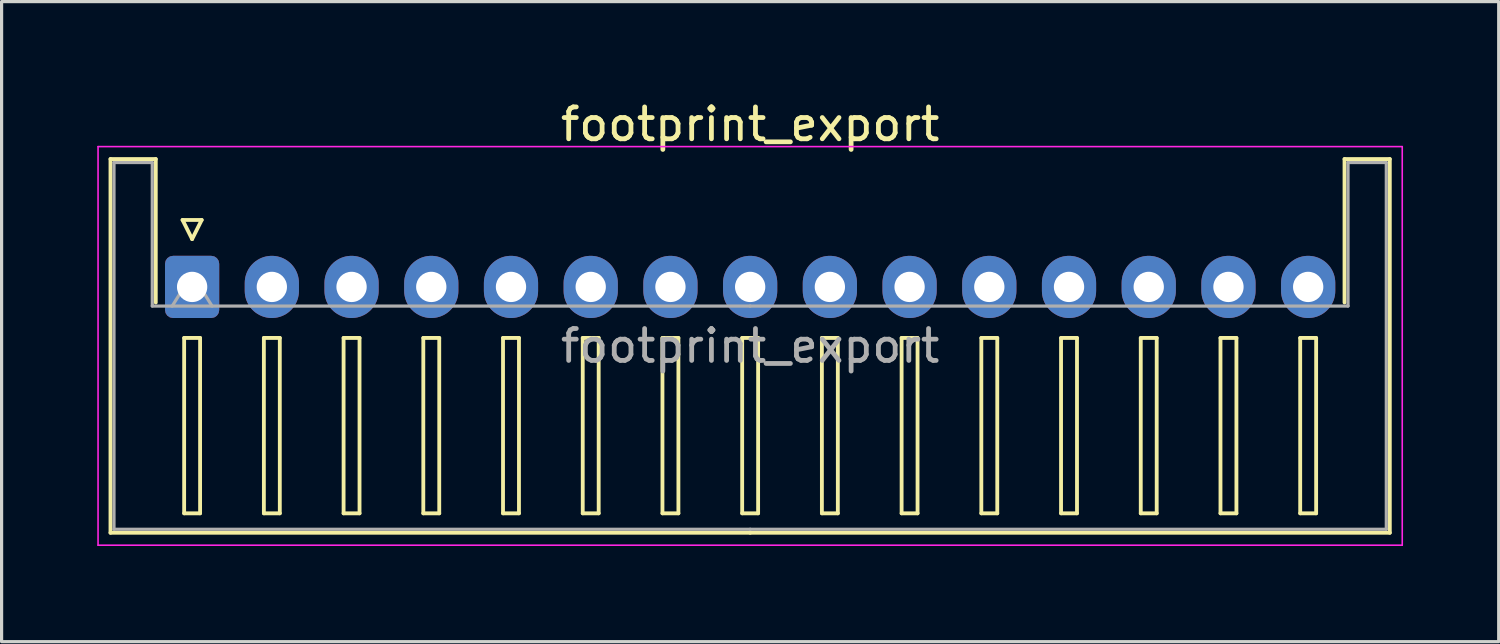
<source format=kicad_pcb>
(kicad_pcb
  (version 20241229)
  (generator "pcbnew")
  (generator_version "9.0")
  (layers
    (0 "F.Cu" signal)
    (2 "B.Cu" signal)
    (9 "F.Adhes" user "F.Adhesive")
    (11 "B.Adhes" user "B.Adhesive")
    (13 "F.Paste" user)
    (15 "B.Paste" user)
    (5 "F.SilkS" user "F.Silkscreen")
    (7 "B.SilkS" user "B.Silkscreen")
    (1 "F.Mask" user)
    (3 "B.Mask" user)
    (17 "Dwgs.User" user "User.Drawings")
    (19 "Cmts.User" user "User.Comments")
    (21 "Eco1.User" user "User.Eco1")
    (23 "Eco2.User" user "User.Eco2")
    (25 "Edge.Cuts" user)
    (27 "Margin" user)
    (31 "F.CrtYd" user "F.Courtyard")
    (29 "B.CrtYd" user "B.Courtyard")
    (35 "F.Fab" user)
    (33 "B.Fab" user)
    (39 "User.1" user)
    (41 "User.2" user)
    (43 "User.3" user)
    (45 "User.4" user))
  (footprint "footprint_export"
    (layer "F.Cu")
    (at 2.975 5.948)
    (property "Reference" "footprint_export" (at 17.5 -5.1 0) (layer "F.SilkS") (effects (font (size 1 1) (thickness 0.15))))
    (attr through_hole)
    (fp_line (start -2.56 -4.01) (end -1.14 -4.01) (stroke (width 0.12) (type solid)) (layer "F.SilkS"))
    (fp_line (start -2.56 7.71) (end -2.56 -4.01) (stroke (width 0.12) (type solid)) (layer "F.SilkS"))
    (fp_line (start -1.14 -4.01) (end -1.14 0.49) (stroke (width 0.12) (type solid)) (layer "F.SilkS"))
    (fp_line (start -0.3 -2.1) (end 0.3 -2.1) (stroke (width 0.12) (type solid)) (layer "F.SilkS"))
    (fp_line (start -0.25 1.6) (end -0.25 7.1) (stroke (width 0.12) (type solid)) (layer "F.SilkS"))
    (fp_line (start -0.25 7.1) (end 0.25 7.1) (stroke (width 0.12) (type solid)) (layer "F.SilkS"))
    (fp_line (start 0 -1.5) (end -0.3 -2.1) (stroke (width 0.12) (type solid)) (layer "F.SilkS"))
    (fp_line (start 0.25 1.6) (end -0.25 1.6) (stroke (width 0.12) (type solid)) (layer "F.SilkS"))
    (fp_line (start 0.25 7.1) (end 0.25 1.6) (stroke (width 0.12) (type solid)) (layer "F.SilkS"))
    (fp_line (start 0.3 -2.1) (end 0 -1.5) (stroke (width 0.12) (type solid)) (layer "F.SilkS"))
    (fp_line (start 2.25 1.6) (end 2.25 7.1) (stroke (width 0.12) (type solid)) (layer "F.SilkS"))
    (fp_line (start 2.25 7.1) (end 2.75 7.1) (stroke (width 0.12) (type solid)) (layer "F.SilkS"))
    (fp_line (start 2.75 1.6) (end 2.25 1.6) (stroke (width 0.12) (type solid)) (layer "F.SilkS"))
    (fp_line (start 2.75 7.1) (end 2.75 1.6) (stroke (width 0.12) (type solid)) (layer "F.SilkS"))
    (fp_line (start 4.75 1.6) (end 4.75 7.1) (stroke (width 0.12) (type solid)) (layer "F.SilkS"))
    (fp_line (start 4.75 7.1) (end 5.25 7.1) (stroke (width 0.12) (type solid)) (layer "F.SilkS"))
    (fp_line (start 5.25 1.6) (end 4.75 1.6) (stroke (width 0.12) (type solid)) (layer "F.SilkS"))
    (fp_line (start 5.25 7.1) (end 5.25 1.6) (stroke (width 0.12) (type solid)) (layer "F.SilkS"))
    (fp_line (start 7.25 1.6) (end 7.25 7.1) (stroke (width 0.12) (type solid)) (layer "F.SilkS"))
    (fp_line (start 7.25 7.1) (end 7.75 7.1) (stroke (width 0.12) (type solid)) (layer "F.SilkS"))
    (fp_line (start 7.75 1.6) (end 7.25 1.6) (stroke (width 0.12) (type solid)) (layer "F.SilkS"))
    (fp_line (start 7.75 7.1) (end 7.75 1.6) (stroke (width 0.12) (type solid)) (layer "F.SilkS"))
    (fp_line (start 9.75 1.6) (end 9.75 7.1) (stroke (width 0.12) (type solid)) (layer "F.SilkS"))
    (fp_line (start 9.75 7.1) (end 10.25 7.1) (stroke (width 0.12) (type solid)) (layer "F.SilkS"))
    (fp_line (start 10.25 1.6) (end 9.75 1.6) (stroke (width 0.12) (type solid)) (layer "F.SilkS"))
    (fp_line (start 10.25 7.1) (end 10.25 1.6) (stroke (width 0.12) (type solid)) (layer "F.SilkS"))
    (fp_line (start 12.25 1.6) (end 12.25 7.1) (stroke (width 0.12) (type solid)) (layer "F.SilkS"))
    (fp_line (start 12.25 7.1) (end 12.75 7.1) (stroke (width 0.12) (type solid)) (layer "F.SilkS"))
    (fp_line (start 12.75 1.6) (end 12.25 1.6) (stroke (width 0.12) (type solid)) (layer "F.SilkS"))
    (fp_line (start 12.75 7.1) (end 12.75 1.6) (stroke (width 0.12) (type solid)) (layer "F.SilkS"))
    (fp_line (start 14.75 1.6) (end 14.75 7.1) (stroke (width 0.12) (type solid)) (layer "F.SilkS"))
    (fp_line (start 14.75 7.1) (end 15.25 7.1) (stroke (width 0.12) (type solid)) (layer "F.SilkS"))
    (fp_line (start 15.25 1.6) (end 14.75 1.6) (stroke (width 0.12) (type solid)) (layer "F.SilkS"))
    (fp_line (start 15.25 7.1) (end 15.25 1.6) (stroke (width 0.12) (type solid)) (layer "F.SilkS"))
    (fp_line (start 17.25 1.6) (end 17.25 7.1) (stroke (width 0.12) (type solid)) (layer "F.SilkS"))
    (fp_line (start 17.25 7.1) (end 17.75 7.1) (stroke (width 0.12) (type solid)) (layer "F.SilkS"))
    (fp_line (start 17.5 7.71) (end -2.56 7.71) (stroke (width 0.12) (type solid)) (layer "F.SilkS"))
    (fp_line (start 17.5 7.71) (end 37.56 7.71) (stroke (width 0.12) (type solid)) (layer "F.SilkS"))
    (fp_line (start 17.75 1.6) (end 17.25 1.6) (stroke (width 0.12) (type solid)) (layer "F.SilkS"))
    (fp_line (start 17.75 7.1) (end 17.75 1.6) (stroke (width 0.12) (type solid)) (layer "F.SilkS"))
    (fp_line (start 19.75 1.6) (end 19.75 7.1) (stroke (width 0.12) (type solid)) (layer "F.SilkS"))
    (fp_line (start 19.75 7.1) (end 20.25 7.1) (stroke (width 0.12) (type solid)) (layer "F.SilkS"))
    (fp_line (start 20.25 1.6) (end 19.75 1.6) (stroke (width 0.12) (type solid)) (layer "F.SilkS"))
    (fp_line (start 20.25 7.1) (end 20.25 1.6) (stroke (width 0.12) (type solid)) (layer "F.SilkS"))
    (fp_line (start 22.25 1.6) (end 22.25 7.1) (stroke (width 0.12) (type solid)) (layer "F.SilkS"))
    (fp_line (start 22.25 7.1) (end 22.75 7.1) (stroke (width 0.12) (type solid)) (layer "F.SilkS"))
    (fp_line (start 22.75 1.6) (end 22.25 1.6) (stroke (width 0.12) (type solid)) (layer "F.SilkS"))
    (fp_line (start 22.75 7.1) (end 22.75 1.6) (stroke (width 0.12) (type solid)) (layer "F.SilkS"))
    (fp_line (start 24.75 1.6) (end 24.75 7.1) (stroke (width 0.12) (type solid)) (layer "F.SilkS"))
    (fp_line (start 24.75 7.1) (end 25.25 7.1) (stroke (width 0.12) (type solid)) (layer "F.SilkS"))
    (fp_line (start 25.25 1.6) (end 24.75 1.6) (stroke (width 0.12) (type solid)) (layer "F.SilkS"))
    (fp_line (start 25.25 7.1) (end 25.25 1.6) (stroke (width 0.12) (type solid)) (layer "F.SilkS"))
    (fp_line (start 27.25 1.6) (end 27.25 7.1) (stroke (width 0.12) (type solid)) (layer "F.SilkS"))
    (fp_line (start 27.25 7.1) (end 27.75 7.1) (stroke (width 0.12) (type solid)) (layer "F.SilkS"))
    (fp_line (start 27.75 1.6) (end 27.25 1.6) (stroke (width 0.12) (type solid)) (layer "F.SilkS"))
    (fp_line (start 27.75 7.1) (end 27.75 1.6) (stroke (width 0.12) (type solid)) (layer "F.SilkS"))
    (fp_line (start 29.75 1.6) (end 29.75 7.1) (stroke (width 0.12) (type solid)) (layer "F.SilkS"))
    (fp_line (start 29.75 7.1) (end 30.25 7.1) (stroke (width 0.12) (type solid)) (layer "F.SilkS"))
    (fp_line (start 30.25 1.6) (end 29.75 1.6) (stroke (width 0.12) (type solid)) (layer "F.SilkS"))
    (fp_line (start 30.25 7.1) (end 30.25 1.6) (stroke (width 0.12) (type solid)) (layer "F.SilkS"))
    (fp_line (start 32.25 1.6) (end 32.25 7.1) (stroke (width 0.12) (type solid)) (layer "F.SilkS"))
    (fp_line (start 32.25 7.1) (end 32.75 7.1) (stroke (width 0.12) (type solid)) (layer "F.SilkS"))
    (fp_line (start 32.75 1.6) (end 32.25 1.6) (stroke (width 0.12) (type solid)) (layer "F.SilkS"))
    (fp_line (start 32.75 7.1) (end 32.75 1.6) (stroke (width 0.12) (type solid)) (layer "F.SilkS"))
    (fp_line (start 34.75 1.6) (end 34.75 7.1) (stroke (width 0.12) (type solid)) (layer "F.SilkS"))
    (fp_line (start 34.75 7.1) (end 35.25 7.1) (stroke (width 0.12) (type solid)) (layer "F.SilkS"))
    (fp_line (start 35.25 1.6) (end 34.75 1.6) (stroke (width 0.12) (type solid)) (layer "F.SilkS"))
    (fp_line (start 35.25 7.1) (end 35.25 1.6) (stroke (width 0.12) (type solid)) (layer "F.SilkS"))
    (fp_line (start 36.14 -4.01) (end 36.14 0.49) (stroke (width 0.12) (type solid)) (layer "F.SilkS"))
    (fp_line (start 37.56 -4.01) (end 36.14 -4.01) (stroke (width 0.12) (type solid)) (layer "F.SilkS"))
    (fp_line (start 37.56 7.71) (end 37.56 -4.01) (stroke (width 0.12) (type solid)) (layer "F.SilkS"))
    (fp_line (start -2.95 -4.4) (end -2.95 8.1) (stroke (width 0.05) (type solid)) (layer "F.CrtYd"))
    (fp_line (start -2.95 8.1) (end 37.95 8.1) (stroke (width 0.05) (type solid)) (layer "F.CrtYd"))
    (fp_line (start 37.95 -4.4) (end -2.95 -4.4) (stroke (width 0.05) (type solid)) (layer "F.CrtYd"))
    (fp_line (start 37.95 8.1) (end 37.95 -4.4) (stroke (width 0.05) (type solid)) (layer "F.CrtYd"))
    (fp_line (start -2.45 -3.9) (end -1.25 -3.9) (stroke (width 0.1) (type solid)) (layer "F.Fab"))
    (fp_line (start -2.45 7.6) (end -2.45 -3.9) (stroke (width 0.1) (type solid)) (layer "F.Fab"))
    (fp_line (start -1.25 -3.9) (end -1.25 0.6) (stroke (width 0.1) (type solid)) (layer "F.Fab"))
    (fp_line (start -1.25 0.6) (end 17.5 0.6) (stroke (width 0.1) (type solid)) (layer "F.Fab"))
    (fp_line (start -0.625 0.6) (end 0 -0.4) (stroke (width 0.1) (type solid)) (layer "F.Fab"))
    (fp_line (start 0 -0.4) (end 0.625 0.6) (stroke (width 0.1) (type solid)) (layer "F.Fab"))
    (fp_line (start 17.5 7.6) (end -2.45 7.6) (stroke (width 0.1) (type solid)) (layer "F.Fab"))
    (fp_line (start 17.5 7.6) (end 37.45 7.6) (stroke (width 0.1) (type solid)) (layer "F.Fab"))
    (fp_line (start 36.25 -3.9) (end 36.25 0.6) (stroke (width 0.1) (type solid)) (layer "F.Fab"))
    (fp_line (start 36.25 0.6) (end 17.5 0.6) (stroke (width 0.1) (type solid)) (layer "F.Fab"))
    (fp_line (start 37.45 -3.9) (end 36.25 -3.9) (stroke (width 0.1) (type solid)) (layer "F.Fab"))
    (fp_line (start 37.45 7.6) (end 37.45 -3.9) (stroke (width 0.1) (type solid)) (layer "F.Fab"))
    (fp_text user "${REFERENCE}" (at 17.5 1.85 0) (layer "F.Fab") (effects (font (size 1 1) (thickness 0.15))))
    (pad "1" thru_hole roundrect (at 0 0) (size 1.7 1.95) (drill 0.95) (layers "*.Cu" "*.Mask") (roundrect_rratio 0.147))
    (pad "2" thru_hole oval (at 2.5 0) (size 1.7 1.95) (drill 0.95) (layers "*.Cu" "*.Mask"))
    (pad "3" thru_hole oval (at 5 0) (size 1.7 1.95) (drill 0.95) (layers "*.Cu" "*.Mask"))
    (pad "4" thru_hole oval (at 7.5 0) (size 1.7 1.95) (drill 0.95) (layers "*.Cu" "*.Mask"))
    (pad "5" thru_hole oval (at 10 0) (size 1.7 1.95) (drill 0.95) (layers "*.Cu" "*.Mask"))
    (pad "6" thru_hole oval (at 12.5 0) (size 1.7 1.95) (drill 0.95) (layers "*.Cu" "*.Mask"))
    (pad "7" thru_hole oval (at 15 0) (size 1.7 1.95) (drill 0.95) (layers "*.Cu" "*.Mask"))
    (pad "8" thru_hole oval (at 17.5 0) (size 1.7 1.95) (drill 0.95) (layers "*.Cu" "*.Mask"))
    (pad "9" thru_hole oval (at 20 0) (size 1.7 1.95) (drill 0.95) (layers "*.Cu" "*.Mask"))
    (pad "10" thru_hole oval (at 22.5 0) (size 1.7 1.95) (drill 0.95) (layers "*.Cu" "*.Mask"))
    (pad "11" thru_hole oval (at 25 0) (size 1.7 1.95) (drill 0.95) (layers "*.Cu" "*.Mask"))
    (pad "12" thru_hole oval (at 27.5 0) (size 1.7 1.95) (drill 0.95) (layers "*.Cu" "*.Mask"))
    (pad "13" thru_hole oval (at 30 0) (size 1.7 1.95) (drill 0.95) (layers "*.Cu" "*.Mask"))
    (pad "14" thru_hole oval (at 32.5 0) (size 1.7 1.95) (drill 0.95) (layers "*.Cu" "*.Mask"))
    (pad "15" thru_hole oval (at 35 0) (size 1.7 1.95) (drill 0.95) (layers "*.Cu" "*.Mask")))
  (gr_rect
    (start -3 -3)
    (end 43.95 17.073)
    (stroke (width 0.1) (type default))
    (fill no)
    (layer "Edge.Cuts")))
</source>
